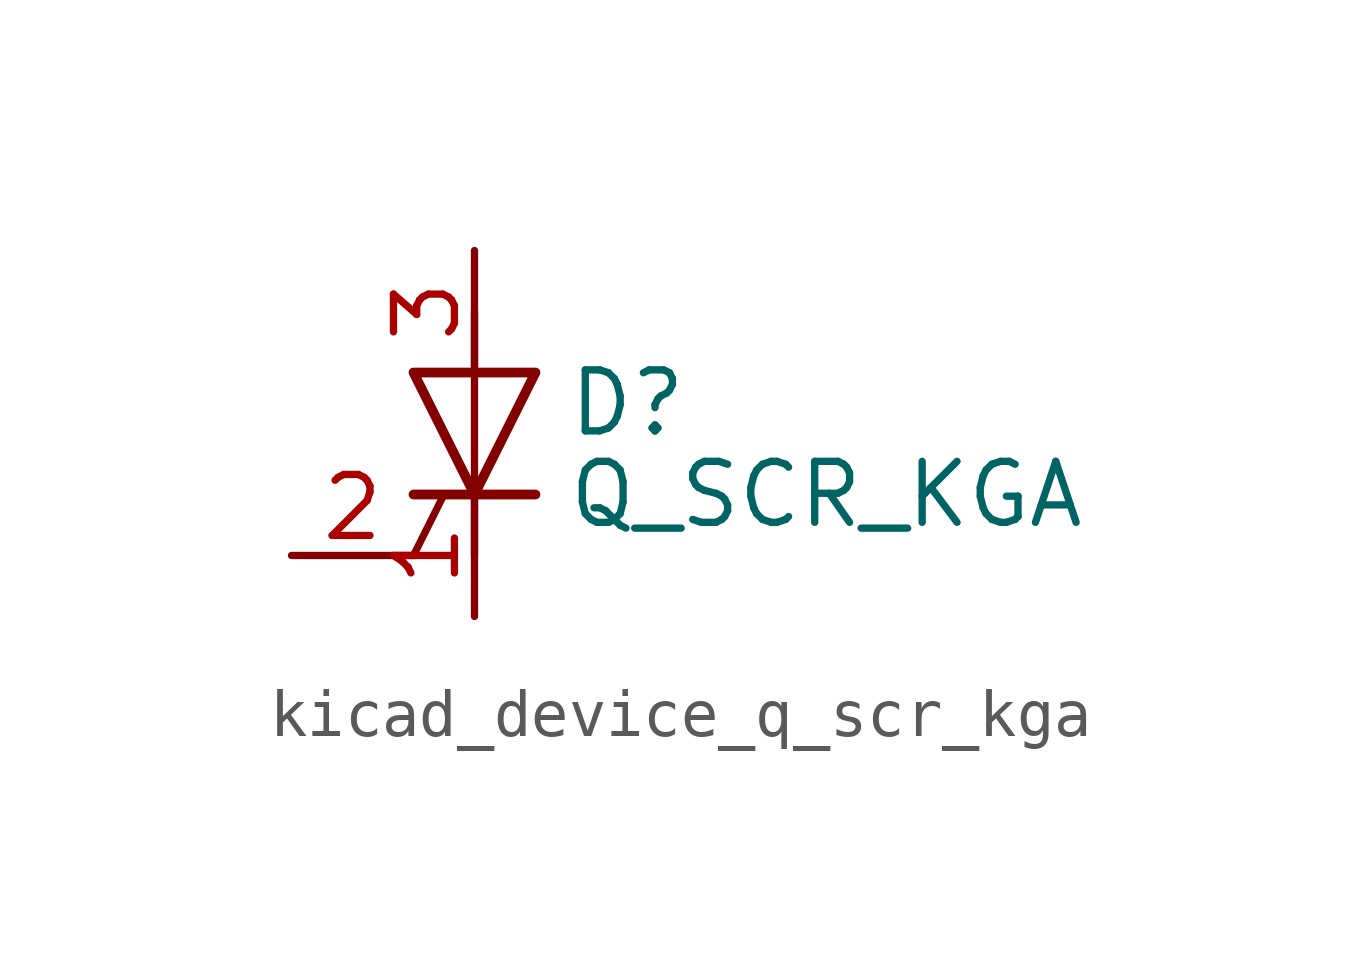
<source format=kicad_sym>
(kicad_symbol_lib
  (version 20220914)
  (generator kicad_symbol_editor)
  (symbol "kicad_device_q_scr_kga"
    (pin_names
      (offset 0) hide)
    (property "Reference" "D"
      (at 1.905 0.635 0)
      (effects (font (size 1.27 1.27)) (justify left)))
    (property "Value" "Q_SCR_KGA"
      (at 1.905 -1.27 0)
      (effects (font (size 1.27 1.27)) (justify left)))
    (symbol "kicad_device_q_scr_kga_0_1"
      (polyline (pts (xy -1.27 -2.54) (xy -0.635 -1.27)) (stroke (width 0) (type default)) (fill (type none)))
      (polyline (pts (xy -1.27 -1.27) (xy 1.27 -1.27)) (stroke (width 0.203) (type default)) (fill (type none)))
      (polyline (pts (xy 0 -2.54) (xy 0 2.54)) (stroke (width 0) (type default)) (fill (type none)))
      (polyline (pts (xy -1.27 1.27) (xy 1.27 1.27) (xy 0 -1.27) (xy -1.27 1.27)) (stroke (width 0.203) (type default)) (fill (type none))))
    (symbol "kicad_device_q_scr_kga_1_1"
      (pin passive line (at 0 -3.81 90) (length 2.54) (name "K" (effects (font (size 1.27 1.27)))) (number "1" (effects (font (size 1.27 1.27)))))
      (pin input line (at -3.81 -2.54 0) (length 2.54) (name "G" (effects (font (size 1.27 1.27)))) (number "2" (effects (font (size 1.27 1.27)))))
      (pin passive line (at 0 3.81 270) (length 2.54) (name "A" (effects (font (size 1.27 1.27)))) (number "3" (effects (font (size 1.27 1.27))))))))
</source>
